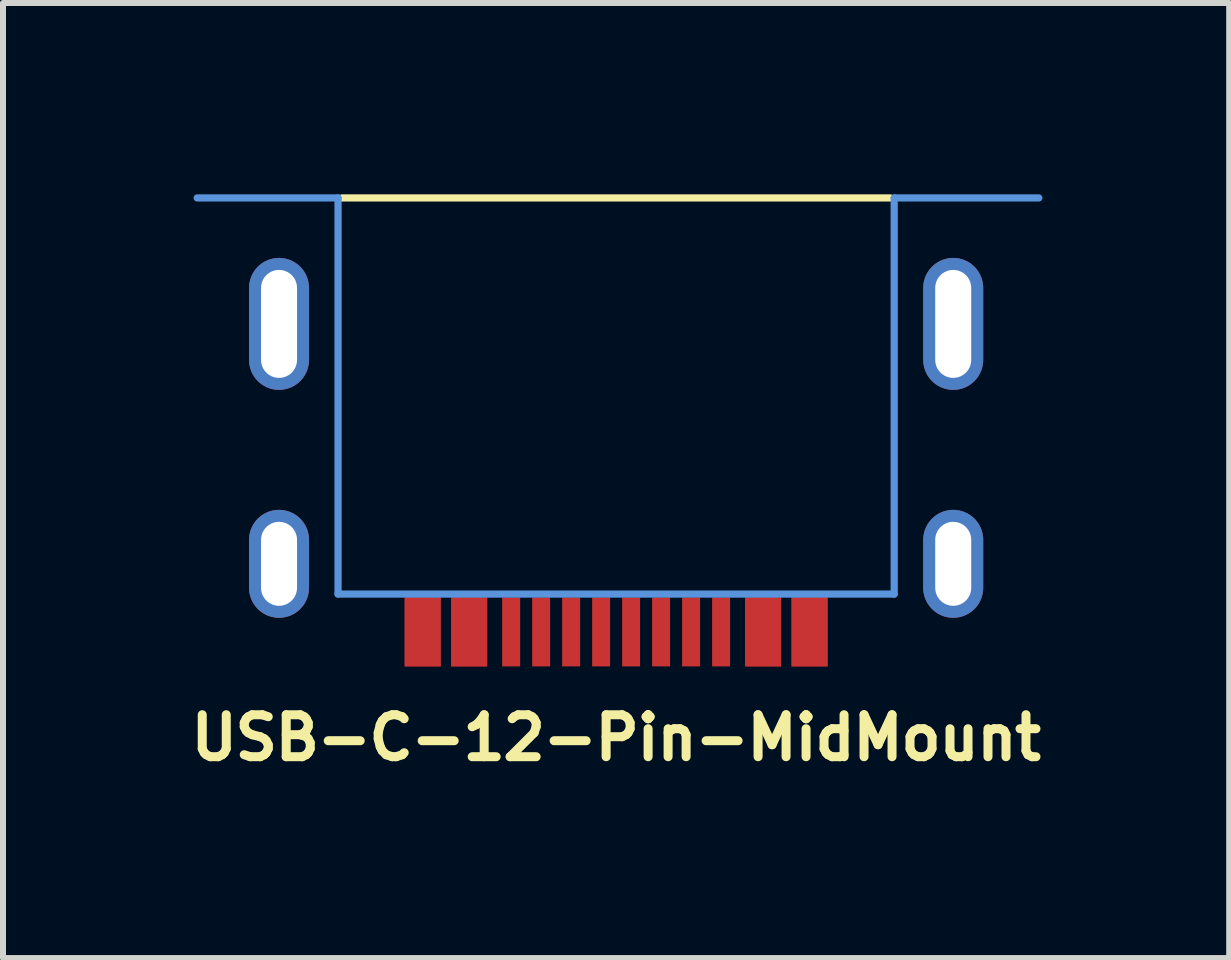
<source format=kicad_pcb>
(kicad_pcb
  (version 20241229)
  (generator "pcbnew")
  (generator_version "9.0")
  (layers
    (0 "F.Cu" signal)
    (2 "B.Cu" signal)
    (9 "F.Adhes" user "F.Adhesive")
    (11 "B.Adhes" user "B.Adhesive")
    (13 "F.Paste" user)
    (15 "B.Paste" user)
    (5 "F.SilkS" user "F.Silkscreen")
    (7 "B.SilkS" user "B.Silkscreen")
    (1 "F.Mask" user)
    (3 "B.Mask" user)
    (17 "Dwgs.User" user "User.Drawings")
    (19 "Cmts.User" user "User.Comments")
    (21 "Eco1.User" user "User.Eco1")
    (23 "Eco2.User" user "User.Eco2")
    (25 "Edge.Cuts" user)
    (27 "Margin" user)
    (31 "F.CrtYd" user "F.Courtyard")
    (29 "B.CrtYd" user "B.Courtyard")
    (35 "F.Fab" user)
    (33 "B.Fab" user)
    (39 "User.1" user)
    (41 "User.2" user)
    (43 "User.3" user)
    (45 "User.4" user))
  (footprint "USB-C-12-Pin-MidMount"
    (layer "F.Cu")
    (at 7.222 0.25)
    (property "Reference" "USB-C-12-Pin-MidMount" (at 0 9 0) (layer "F.SilkS") (effects (font (size 0.7 0.7) (thickness 0.15))))
    (attr through_hole)
    (fp_line (start 4.572 0) (end -4.572 0) (stroke (width 0.12) (type solid)) (layer "F.SilkS"))
    (fp_line (start -6.985 0) (end -4.636 0) (stroke (width 0.12) (type solid)) (layer "Cmts.User"))
    (fp_line (start -4.636 0) (end -4.636 6.604) (stroke (width 0.12) (type solid)) (layer "Cmts.User"))
    (fp_line (start -4.636 6.604) (end 4.636 6.604) (stroke (width 0.12) (type solid)) (layer "Cmts.User"))
    (fp_line (start 4.636 0) (end 7.048 0) (stroke (width 0.12) (type solid)) (layer "Cmts.User"))
    (fp_line (start 4.636 6.604) (end 4.636 0) (stroke (width 0.12) (type solid)) (layer "Cmts.User"))
    (pad "A1" smd rect (at 3.225 7.235) (size 0.6 1.15) (layers "F.Cu" "F.Mask" "F.Paste"))
    (pad "A4" smd rect (at 2.45 7.235) (size 0.6 1.15) (layers "F.Cu" "F.Mask" "F.Paste"))
    (pad "A5" smd rect (at 1.25 7.235) (size 0.3 1.15) (layers "F.Cu" "F.Mask" "F.Paste"))
    (pad "A6" smd rect (at 0.25 7.235) (size 0.3 1.15) (layers "F.Cu" "F.Mask" "F.Paste"))
    (pad "A7" smd rect (at -0.25 7.235) (size 0.3 1.15) (layers "F.Cu" "F.Mask" "F.Paste"))
    (pad "A8" smd rect (at -1.25 7.235) (size 0.3 1.15) (layers "F.Cu" "F.Mask" "F.Paste"))
    (pad "A9" smd rect (at -2.45 7.235) (size 0.6 1.15) (layers "F.Cu" "F.Mask" "F.Paste"))
    (pad "A12" smd rect (at -3.225 7.235) (size 0.6 1.15) (layers "F.Cu" "F.Mask" "F.Paste"))
    (pad "B1" smd rect (at -3.225 7.235) (size 0.6 1.15) (layers "F.Cu" "F.Mask" "F.Paste"))
    (pad "B4" smd rect (at -2.45 7.235) (size 0.6 1.15) (layers "F.Cu" "F.Mask" "F.Paste"))
    (pad "B5" smd rect (at -1.75 7.235) (size 0.3 1.15) (layers "F.Cu" "F.Mask" "F.Paste"))
    (pad "B6" smd rect (at -0.75 7.235) (size 0.3 1.15) (layers "F.Cu" "F.Mask" "F.Paste"))
    (pad "B7" smd rect (at 0.75 7.235) (size 0.3 1.15) (layers "F.Cu" "F.Mask" "F.Paste"))
    (pad "B8" smd rect (at 1.75 7.235) (size 0.3 1.15) (layers "F.Cu" "F.Mask" "F.Paste"))
    (pad "B9" smd rect (at 2.45 7.235) (size 0.6 1.15) (layers "F.Cu" "F.Mask" "F.Paste"))
    (pad "B12" smd rect (at 3.225 7.235) (size 0.6 1.15) (layers "F.Cu" "F.Mask" "F.Paste"))
    (pad "S1" thru_hole oval (at -5.62 2.1) (size 1 2.2) (drill oval 0.6 1.8) (layers "*.Cu" "*.Mask"))
    (pad "S1" thru_hole oval (at -5.62 6.1) (size 1 1.8) (drill oval 0.6 1.4) (layers "*.Cu" "*.Mask"))
    (pad "S1" thru_hole oval (at 5.62 2.1) (size 1 2.2) (drill oval 0.6 1.8) (layers "*.Cu" "*.Mask"))
    (pad "S1" thru_hole oval (at 5.62 6.1) (size 1 1.8) (drill oval 0.6 1.4) (layers "*.Cu" "*.Mask")))
  (gr_rect
    (start -3 -3)
    (end 17.443 12.923)
    (stroke (width 0.1) (type default))
    (fill no)
    (layer "Edge.Cuts")))
</source>
